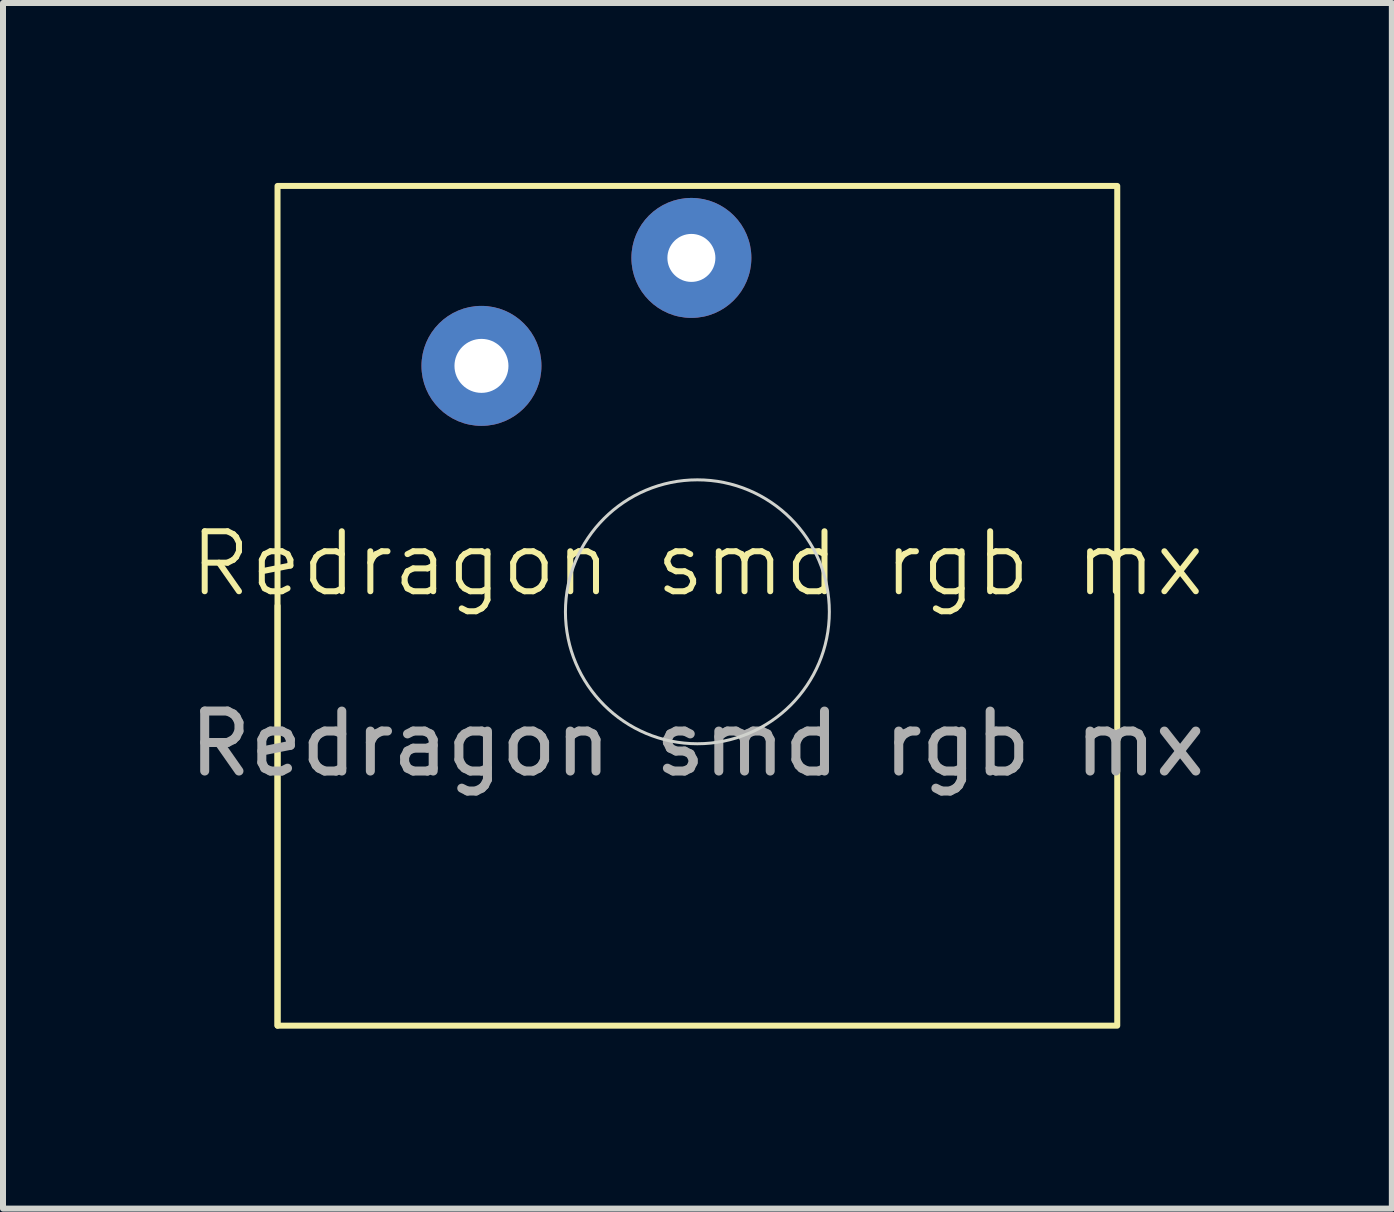
<source format=kicad_pcb>
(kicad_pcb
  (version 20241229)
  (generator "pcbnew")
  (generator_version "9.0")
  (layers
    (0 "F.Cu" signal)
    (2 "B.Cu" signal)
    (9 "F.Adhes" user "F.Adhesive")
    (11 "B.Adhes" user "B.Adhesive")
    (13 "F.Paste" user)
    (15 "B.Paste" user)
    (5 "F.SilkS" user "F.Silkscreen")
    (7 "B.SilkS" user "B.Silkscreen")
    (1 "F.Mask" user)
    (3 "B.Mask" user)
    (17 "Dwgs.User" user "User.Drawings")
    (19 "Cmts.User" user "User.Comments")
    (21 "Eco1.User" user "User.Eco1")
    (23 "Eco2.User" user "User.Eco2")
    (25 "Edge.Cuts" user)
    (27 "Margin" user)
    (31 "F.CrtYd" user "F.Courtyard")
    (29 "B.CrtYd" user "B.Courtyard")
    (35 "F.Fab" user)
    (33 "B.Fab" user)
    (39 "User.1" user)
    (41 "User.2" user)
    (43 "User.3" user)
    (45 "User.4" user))
  (footprint "Redragon smd rgb mx"
    (layer "F.Cu")
    (at 8.577 7.05)
    (property "Reference" "Redragon smd rgb mx" (at 0 -0.7 0) (unlocked yes) (layer "F.SilkS") (effects (font (size 1 1) (thickness 0.1))))
    (attr smd)
    (fp_line (start -7 0) (end -7 7) (stroke (width 0.1) (type default)) (layer "F.SilkS"))
    (fp_rect (start -7 7) (end 7 -7) (stroke (width 0.1) (type default)) (fill no) (layer "F.SilkS"))
    (fp_circle (center 0 0.1) (end 0 2.3) (stroke (width 0.05) (type default)) (fill no) (layer "Edge.Cuts"))
    (fp_text user "${REFERENCE}" (at 0 2.3 0) (unlocked yes) (layer "F.Fab") (effects (font (size 1 1) (thickness 0.15))))
    (pad "1" thru_hole circle (at -3.6 -4) (size 2 2) (drill 0.9) (layers "*.Cu" "*.Mask"))
    (pad "2" thru_hole circle (at -0.1 -5.8) (size 2 2) (drill 0.8) (layers "*.Cu" "*.Mask")))
  (gr_rect
    (start -3 -3)
    (end 20.155 17.1)
    (stroke (width 0.1) (type default))
    (fill no)
    (layer "Edge.Cuts")))
</source>
